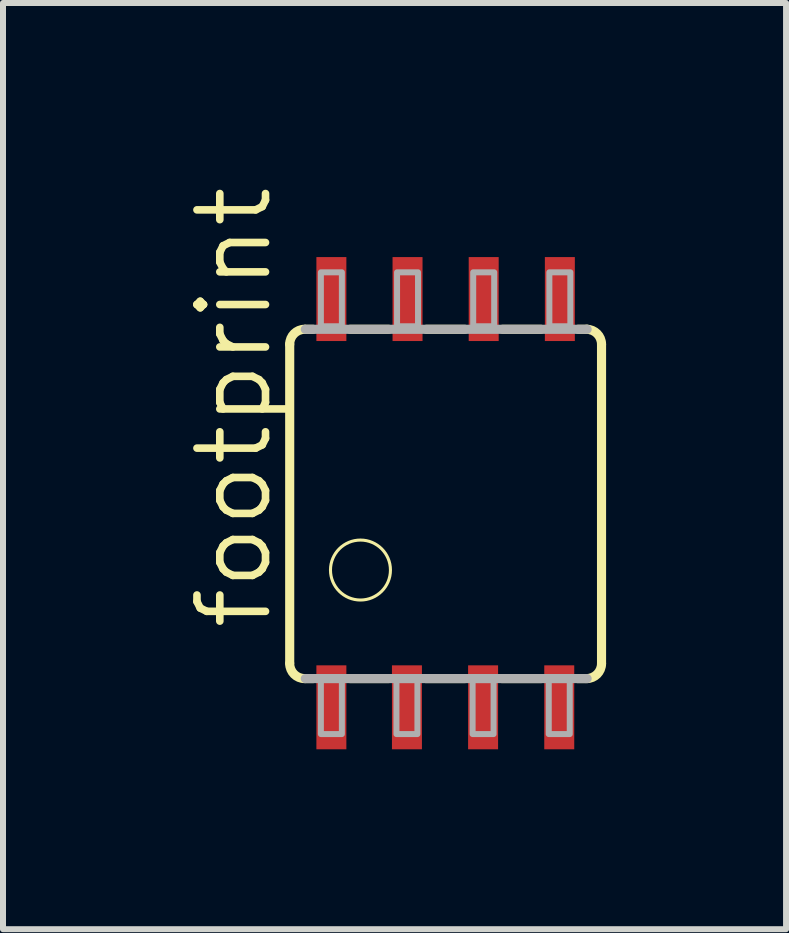
<source format=kicad_pcb>
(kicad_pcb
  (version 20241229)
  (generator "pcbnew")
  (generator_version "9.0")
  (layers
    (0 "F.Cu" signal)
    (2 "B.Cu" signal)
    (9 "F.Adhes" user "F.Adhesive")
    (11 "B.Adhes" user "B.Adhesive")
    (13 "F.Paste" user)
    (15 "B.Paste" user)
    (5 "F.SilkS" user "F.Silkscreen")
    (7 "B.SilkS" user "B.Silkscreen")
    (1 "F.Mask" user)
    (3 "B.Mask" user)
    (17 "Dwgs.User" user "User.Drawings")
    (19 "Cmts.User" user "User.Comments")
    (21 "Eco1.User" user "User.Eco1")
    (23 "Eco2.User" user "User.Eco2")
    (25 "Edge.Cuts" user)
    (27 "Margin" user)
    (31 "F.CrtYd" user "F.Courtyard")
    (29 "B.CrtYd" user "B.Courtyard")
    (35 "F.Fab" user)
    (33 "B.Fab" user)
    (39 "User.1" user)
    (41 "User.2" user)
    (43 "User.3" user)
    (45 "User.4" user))
  (footprint "footprint"
    (layer "F.Cu")
    (at 4.381 5.341)
    (property "Reference" "footprint" (at -2.857 2.159 90) (layer "F.SilkS") (effects (font (size 1.143 1.143) (thickness 0.127)) (justify left bottom)))
    (fp_line (start -2.6 -2.65) (end -2.6 2.665) (stroke (width 0.152) (type solid)) (layer "F.SilkS"))
    (fp_line (start -2.21 -2.9) (end -2.34 -2.9) (stroke (width 0.152) (type solid)) (layer "F.SilkS"))
    (fp_line (start -2.21 2.925) (end -2.34 2.925) (stroke (width 0.152) (type solid)) (layer "F.SilkS"))
    (fp_line (start -1.59 -2.9) (end -0.95 -2.9) (stroke (width 0.152) (type solid)) (layer "F.SilkS"))
    (fp_line (start -0.95 2.925) (end -1.59 2.925) (stroke (width 0.152) (type solid)) (layer "F.SilkS"))
    (fp_line (start -0.32 -2.9) (end 0.32 -2.9) (stroke (width 0.152) (type solid)) (layer "F.SilkS"))
    (fp_line (start 0.32 2.925) (end -0.33 2.925) (stroke (width 0.152) (type solid)) (layer "F.SilkS"))
    (fp_line (start 0.95 -2.9) (end 1.59 -2.9) (stroke (width 0.152) (type solid)) (layer "F.SilkS"))
    (fp_line (start 1.59 2.925) (end 0.94 2.925) (stroke (width 0.152) (type solid)) (layer "F.SilkS"))
    (fp_line (start 2.2 2.925) (end 2.33 2.925) (stroke (width 0.152) (type solid)) (layer "F.SilkS"))
    (fp_line (start 2.21 -2.9) (end 2.36 -2.9) (stroke (width 0.152) (type solid)) (layer "F.SilkS"))
    (fp_line (start 2.6 2.675) (end 2.6 -2.65) (stroke (width 0.152) (type solid)) (layer "F.SilkS"))
    (fp_arc (start -2.6 -2.65) (mid -2.526777 -2.826777) (end -2.35 -2.9) (stroke (width 0.1524) (type solid)) (layer "F.SilkS"))
    (fp_arc (start -2.35 2.925) (mid -2.526777 2.851777) (end -2.6 2.675) (stroke (width 0.1524) (type solid)) (layer "F.SilkS"))
    (fp_arc (start 2.35 -2.9) (mid 2.526777 -2.826777) (end 2.6 -2.65) (stroke (width 0.1524) (type solid)) (layer "F.SilkS"))
    (fp_arc (start 2.6 2.675) (mid 2.526777 2.851777) (end 2.35 2.925) (stroke (width 0.1524) (type solid)) (layer "F.SilkS"))
    (fp_circle (center -1.42 1.115) (end -0.92 1.115) (stroke (width 0.051) (type solid)) (fill no) (layer "F.SilkS"))
    (fp_line (start -2.34 -2.9) (end 2.36 -2.9) (stroke (width 0.152) (type solid)) (layer "F.Fab"))
    (fp_line (start 2.36 2.925) (end -2.34 2.925) (stroke (width 0.152) (type solid)) (layer "F.Fab"))
    (fp_poly (pts (xy -2.08 -2.95) (xy -1.73 -2.95) (xy -1.73 -3.85) (xy -2.08 -3.85)) (stroke (width 0.1) (type solid)) (fill no) (layer "F.Fab"))
    (fp_poly (pts (xy -2.08 3.85) (xy -1.73 3.85) (xy -1.73 2.95) (xy -2.08 2.95)) (stroke (width 0.1) (type solid)) (fill no) (layer "F.Fab"))
    (fp_poly (pts (xy -0.82 3.85) (xy -0.47 3.85) (xy -0.47 2.95) (xy -0.82 2.95)) (stroke (width 0.1) (type solid)) (fill no) (layer "F.Fab"))
    (fp_poly (pts (xy -0.81 -2.95) (xy -0.46 -2.95) (xy -0.46 -3.85) (xy -0.81 -3.85)) (stroke (width 0.1) (type solid)) (fill no) (layer "F.Fab"))
    (fp_poly (pts (xy 0.45 3.85) (xy 0.8 3.85) (xy 0.8 2.95) (xy 0.45 2.95)) (stroke (width 0.1) (type solid)) (fill no) (layer "F.Fab"))
    (fp_poly (pts (xy 0.46 -2.95) (xy 0.81 -2.95) (xy 0.81 -3.85) (xy 0.46 -3.85)) (stroke (width 0.1) (type solid)) (fill no) (layer "F.Fab"))
    (fp_poly (pts (xy 1.72 3.85) (xy 2.07 3.85) (xy 2.07 2.95) (xy 1.72 2.95)) (stroke (width 0.1) (type solid)) (fill no) (layer "F.Fab"))
    (fp_poly (pts (xy 1.73 -2.95) (xy 2.08 -2.95) (xy 2.08 -3.85) (xy 1.73 -3.85)) (stroke (width 0.1) (type solid)) (fill no) (layer "F.Fab"))
    (pad "1" smd rect (at -1.905 3.404) (size 0.5 1.4) (layers "F.Cu" "F.Mask" "F.Paste"))
    (pad "2" smd rect (at -0.645 3.404) (size 0.5 1.4) (layers "F.Cu" "F.Mask" "F.Paste"))
    (pad "3" smd rect (at 0.625 3.404) (size 0.5 1.4) (layers "F.Cu" "F.Mask" "F.Paste"))
    (pad "4" smd rect (at 1.895 3.404) (size 0.5 1.4) (layers "F.Cu" "F.Mask" "F.Paste"))
    (pad "5" smd rect (at 1.905 -3.404) (size 0.5 1.4) (layers "F.Cu" "F.Mask" "F.Paste"))
    (pad "6" smd rect (at 0.635 -3.404) (size 0.5 1.4) (layers "F.Cu" "F.Mask" "F.Paste"))
    (pad "7" smd rect (at -0.635 -3.404) (size 0.5 1.4) (layers "F.Cu" "F.Mask" "F.Paste"))
    (pad "8" smd rect (at -1.905 -3.404) (size 0.5 1.4) (layers "F.Cu" "F.Mask" "F.Paste")))
  (gr_rect
    (start -3 -3)
    (end 10.058 12.445)
    (stroke (width 0.1) (type default))
    (fill no)
    (layer "Edge.Cuts")))
</source>
